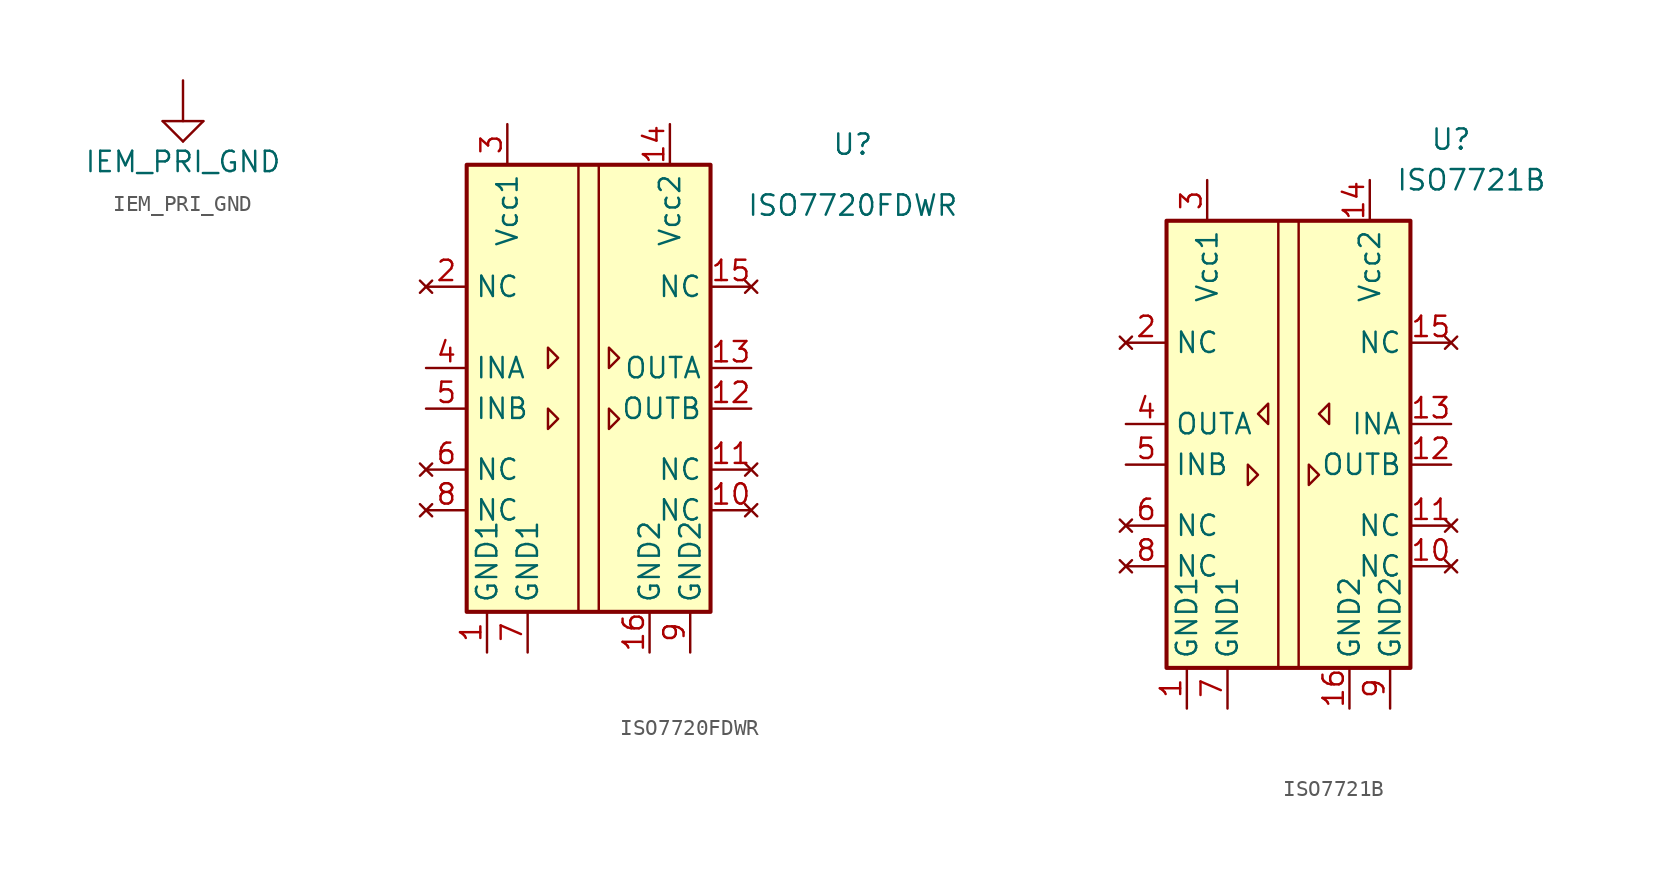
<source format=kicad_sym>
(kicad_symbol_lib
  (version 20211014)
  (generator kicad_symbol_editor)
  (symbol "IEM_PRI_GND"
    (power)
    (pin_names
      (offset 0))
    (property "Reference" "#PWR"
      (at 0 -3.81 0)
      (effects (font (size 1.27 1.27)) hide))
    (property "Value" "IEM_PRI_GND"
      (at 0 -5.08 0)
      (effects (font (size 1.27 1.27))))
    (symbol "IEM_PRI_GND_0_1"
      (polyline (pts (xy -1.27 -2.54) (xy 1.27 -2.54)) (stroke (width 0) (type default) (color 0 0 0 0)) (fill (type none)))
      (polyline (pts (xy 0 -3.81) (xy -1.27 -2.54)) (stroke (width 0) (type default) (color 0 0 0 0)) (fill (type none)))
      (polyline (pts (xy 0 -3.81) (xy 1.27 -2.54)) (stroke (width 0) (type default) (color 0 0 0 0)) (fill (type none)))
      (polyline (pts (xy 0 0) (xy 0 -2.54)) (stroke (width 0) (type default) (color 0 0 0 0)) (fill (type none))))
    (symbol "IEM_PRI_GND_1_1"
      (pin power_in line (at 0 0 90) (length 0) hide (name "PRI_GND" (effects (font (size 1.27 1.27)))) (number "1" (effects (font (size 1.27 1.27)))))))
  (symbol "ISO7720FDWR"
    (property "Reference" "U"
      (at 16.51 15.24 0)
      (effects (font (size 1.27 1.27))))
    (property "Value" "ISO7720FDWR"
      (at 16.51 11.43 0)
      (effects (font (size 1.27 1.27))))
    (symbol "ISO7720FDWR_0_1"
      (rectangle (start -7.62 13.97) (end 7.62 -13.97) (stroke (width 0.254) (type default) (color 0 0 0 0)) (fill (type background)))
      (polyline (pts (xy -0.635 13.97) (xy -0.635 -13.97)) (stroke (width 0) (type default) (color 0 0 0 0)) (fill (type none)))
      (polyline (pts (xy 0.635 13.97) (xy 0.635 -13.97)) (stroke (width 0) (type default) (color 0 0 0 0)) (fill (type none))))
    (symbol "ISO7720FDWR_1_1"
      (polyline (pts (xy -2.54 -1.27) (xy -1.905 -1.905) (xy -2.54 -2.54) (xy -2.54 -1.27)) (stroke (width 0) (type default) (color 0 0 0 0)) (fill (type none)))
      (polyline (pts (xy -2.54 2.54) (xy -1.905 1.905) (xy -2.54 1.27) (xy -2.54 2.54)) (stroke (width 0) (type default) (color 0 0 0 0)) (fill (type none)))
      (polyline (pts (xy 1.27 -1.27) (xy 1.905 -1.905) (xy 1.27 -2.54) (xy 1.27 -1.27)) (stroke (width 0) (type default) (color 0 0 0 0)) (fill (type none)))
      (polyline (pts (xy 1.27 2.54) (xy 1.905 1.905) (xy 1.27 1.27) (xy 1.27 2.54)) (stroke (width 0) (type default) (color 0 0 0 0)) (fill (type none)))
      (pin power_in line (at -6.35 -16.51 90) (length 2.54) (name "GND1" (effects (font (size 1.27 1.27)))) (number "1" (effects (font (size 1.27 1.27)))))
      (pin no_connect line (at 10.16 -7.62 180) (length 2.54) (name "NC" (effects (font (size 1.27 1.27)))) (number "10" (effects (font (size 1.27 1.27)))))
      (pin no_connect line (at 10.16 -5.08 180) (length 2.54) (name "NC" (effects (font (size 1.27 1.27)))) (number "11" (effects (font (size 1.27 1.27)))))
      (pin output line (at 10.16 -1.27 180) (length 2.54) (name "OUTB" (effects (font (size 1.27 1.27)))) (number "12" (effects (font (size 1.27 1.27)))))
      (pin output line (at 10.16 1.27 180) (length 2.54) (name "OUTA" (effects (font (size 1.27 1.27)))) (number "13" (effects (font (size 1.27 1.27)))))
      (pin power_in line (at 5.08 16.51 270) (length 2.54) (name "Vcc2" (effects (font (size 1.27 1.27)))) (number "14" (effects (font (size 1.27 1.27)))))
      (pin no_connect line (at 10.16 6.35 180) (length 2.54) (name "NC" (effects (font (size 1.27 1.27)))) (number "15" (effects (font (size 1.27 1.27)))))
      (pin power_in line (at 3.81 -16.51 90) (length 2.54) (name "GND2" (effects (font (size 1.27 1.27)))) (number "16" (effects (font (size 1.27 1.27)))))
      (pin no_connect line (at -10.16 6.35 0) (length 2.54) (name "NC" (effects (font (size 1.27 1.27)))) (number "2" (effects (font (size 1.27 1.27)))))
      (pin power_in line (at -5.08 16.51 270) (length 2.54) (name "Vcc1" (effects (font (size 1.27 1.27)))) (number "3" (effects (font (size 1.27 1.27)))))
      (pin input line (at -10.16 1.27 0) (length 2.54) (name "INA" (effects (font (size 1.27 1.27)))) (number "4" (effects (font (size 1.27 1.27)))))
      (pin input line (at -10.16 -1.27 0) (length 2.54) (name "INB" (effects (font (size 1.27 1.27)))) (number "5" (effects (font (size 1.27 1.27)))))
      (pin no_connect line (at -10.16 -5.08 0) (length 2.54) (name "NC" (effects (font (size 1.27 1.27)))) (number "6" (effects (font (size 1.27 1.27)))))
      (pin power_in line (at -3.81 -16.51 90) (length 2.54) (name "GND1" (effects (font (size 1.27 1.27)))) (number "7" (effects (font (size 1.27 1.27)))))
      (pin no_connect line (at -10.16 -7.62 0) (length 2.54) (name "NC" (effects (font (size 1.27 1.27)))) (number "8" (effects (font (size 1.27 1.27)))))
      (pin power_in line (at 6.35 -16.51 90) (length 2.54) (name "GND2" (effects (font (size 1.27 1.27)))) (number "9" (effects (font (size 1.27 1.27)))))))
  (symbol "ISO7721B"
    (property "Reference" "U"
      (at 10.16 16.51 0)
      (effects (font (size 1.27 1.27))))
    (property "Value" "ISO7721B"
      (at 11.43 13.97 0)
      (effects (font (size 1.27 1.27))))
    (symbol "ISO7721B_0_1"
      (rectangle (start -7.62 11.43) (end 7.62 -16.51) (stroke (width 0.254) (type default) (color 0 0 0 0)) (fill (type background)))
      (polyline (pts (xy -0.635 11.43) (xy -0.635 -16.51)) (stroke (width 0) (type default) (color 0 0 0 0)) (fill (type none)))
      (polyline (pts (xy 0.635 11.43) (xy 0.635 -16.51)) (stroke (width 0) (type default) (color 0 0 0 0)) (fill (type none))))
    (symbol "ISO7721B_1_1"
      (polyline (pts (xy -2.54 -3.81) (xy -1.905 -4.445) (xy -2.54 -5.08) (xy -2.54 -3.81)) (stroke (width 0) (type default) (color 0 0 0 0)) (fill (type none)))
      (polyline (pts (xy -1.27 0) (xy -1.905 -0.635) (xy -1.27 -1.27) (xy -1.27 0)) (stroke (width 0) (type default) (color 0 0 0 0)) (fill (type none)))
      (polyline (pts (xy 1.27 -3.81) (xy 1.905 -4.445) (xy 1.27 -5.08) (xy 1.27 -3.81)) (stroke (width 0) (type default) (color 0 0 0 0)) (fill (type none)))
      (polyline (pts (xy 2.54 0) (xy 1.905 -0.635) (xy 2.54 -1.27) (xy 2.54 0)) (stroke (width 0) (type default) (color 0 0 0 0)) (fill (type none)))
      (pin power_in line (at -6.35 -19.05 90) (length 2.54) (name "GND1" (effects (font (size 1.27 1.27)))) (number "1" (effects (font (size 1.27 1.27)))))
      (pin no_connect line (at 10.16 -10.16 180) (length 2.54) (name "NC" (effects (font (size 1.27 1.27)))) (number "10" (effects (font (size 1.27 1.27)))))
      (pin no_connect line (at 10.16 -7.62 180) (length 2.54) (name "NC" (effects (font (size 1.27 1.27)))) (number "11" (effects (font (size 1.27 1.27)))))
      (pin output line (at 10.16 -3.81 180) (length 2.54) (name "OUTB" (effects (font (size 1.27 1.27)))) (number "12" (effects (font (size 1.27 1.27)))))
      (pin input line (at 10.16 -1.27 180) (length 2.54) (name "INA" (effects (font (size 1.27 1.27)))) (number "13" (effects (font (size 1.27 1.27)))))
      (pin power_in line (at 5.08 13.97 270) (length 2.54) (name "Vcc2" (effects (font (size 1.27 1.27)))) (number "14" (effects (font (size 1.27 1.27)))))
      (pin no_connect line (at 10.16 3.81 180) (length 2.54) (name "NC" (effects (font (size 1.27 1.27)))) (number "15" (effects (font (size 1.27 1.27)))))
      (pin power_in line (at 3.81 -19.05 90) (length 2.54) (name "GND2" (effects (font (size 1.27 1.27)))) (number "16" (effects (font (size 1.27 1.27)))))
      (pin no_connect line (at -10.16 3.81 0) (length 2.54) (name "NC" (effects (font (size 1.27 1.27)))) (number "2" (effects (font (size 1.27 1.27)))))
      (pin power_in line (at -5.08 13.97 270) (length 2.54) (name "Vcc1" (effects (font (size 1.27 1.27)))) (number "3" (effects (font (size 1.27 1.27)))))
      (pin output line (at -10.16 -1.27 0) (length 2.54) (name "OUTA" (effects (font (size 1.27 1.27)))) (number "4" (effects (font (size 1.27 1.27)))))
      (pin input line (at -10.16 -3.81 0) (length 2.54) (name "INB" (effects (font (size 1.27 1.27)))) (number "5" (effects (font (size 1.27 1.27)))))
      (pin no_connect line (at -10.16 -7.62 0) (length 2.54) (name "NC" (effects (font (size 1.27 1.27)))) (number "6" (effects (font (size 1.27 1.27)))))
      (pin power_in line (at -3.81 -19.05 90) (length 2.54) (name "GND1" (effects (font (size 1.27 1.27)))) (number "7" (effects (font (size 1.27 1.27)))))
      (pin no_connect line (at -10.16 -10.16 0) (length 2.54) (name "NC" (effects (font (size 1.27 1.27)))) (number "8" (effects (font (size 1.27 1.27)))))
      (pin power_in line (at 6.35 -19.05 90) (length 2.54) (name "GND2" (effects (font (size 1.27 1.27)))) (number "9" (effects (font (size 1.27 1.27))))))))
</source>
